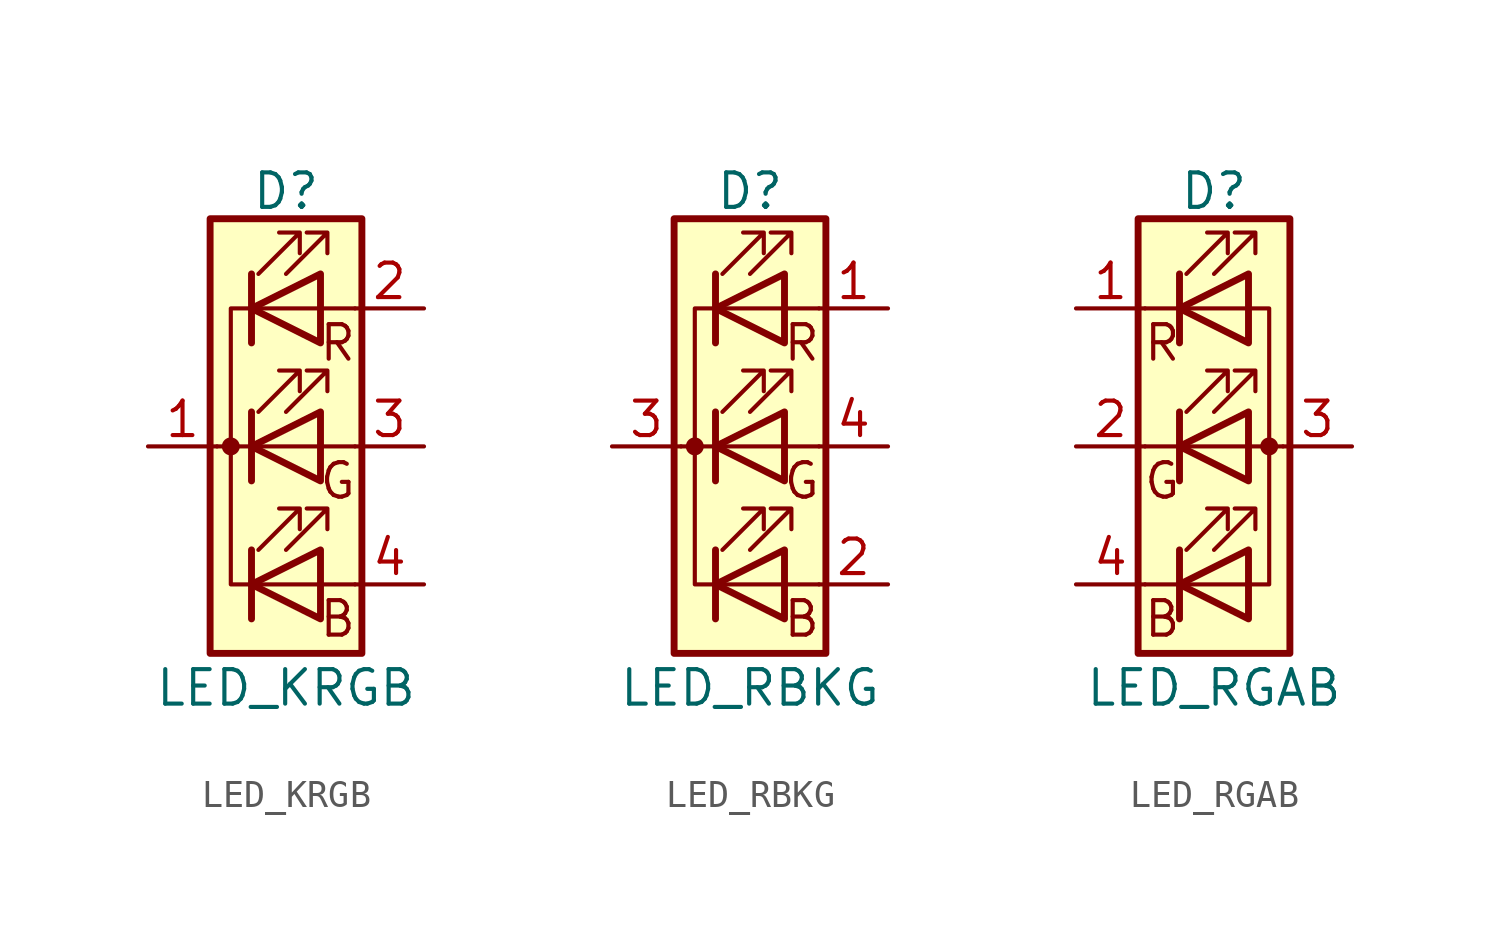
<source format=kicad_sym>
(kicad_symbol_lib
  (version 20220914)
  (generator kicad_symbol_editor)
  (symbol "LED_KRGB"
    (pin_names
      (offset 0) hide)
    (property "Reference" "D"
      (at 0 9.398 0)
      (effects (font (size 1.27 1.27))))
    (property "Value" "LED_KRGB"
      (at 0 -8.89 0)
      (effects (font (size 1.27 1.27))))
    (symbol "LED_KRGB_0_0"
      (text "B" (at 1.905 -6.35 0) (effects (font (size 1.27 1.27))))
      (text "G" (at 1.905 -1.27 0) (effects (font (size 1.27 1.27))))
      (text "R" (at 1.905 3.81 0) (effects (font (size 1.27 1.27)))))
    (symbol "LED_KRGB_0_1"
      (circle (center -2.032 0) (radius 0.254) (stroke (width 0) (type default)) (fill (type outline)))
      (polyline (pts (xy -1.27 -5.08) (xy 1.27 -5.08)) (stroke (width 0) (type default)) (fill (type none)))
      (polyline (pts (xy -1.27 -3.81) (xy -1.27 -6.35)) (stroke (width 0.254) (type default)) (fill (type none)))
      (polyline (pts (xy -1.27 0) (xy -2.54 0)) (stroke (width 0) (type default)) (fill (type none)))
      (polyline (pts (xy -1.27 1.27) (xy -1.27 -1.27)) (stroke (width 0.254) (type default)) (fill (type none)))
      (polyline (pts (xy -1.27 5.08) (xy 1.27 5.08)) (stroke (width 0) (type default)) (fill (type none)))
      (polyline (pts (xy -1.27 6.35) (xy -1.27 3.81)) (stroke (width 0.254) (type default)) (fill (type none)))
      (polyline (pts (xy 1.27 -5.08) (xy 2.54 -5.08)) (stroke (width 0) (type default)) (fill (type none)))
      (polyline (pts (xy 1.27 0) (xy -1.27 0)) (stroke (width 0) (type default)) (fill (type none)))
      (polyline (pts (xy 1.27 0) (xy 2.54 0)) (stroke (width 0) (type default)) (fill (type none)))
      (polyline (pts (xy 1.27 5.08) (xy 2.54 5.08)) (stroke (width 0) (type default)) (fill (type none)))
      (polyline (pts (xy -1.27 1.27) (xy -1.27 -1.27) (xy -1.27 -1.27)) (stroke (width 0) (type default)) (fill (type none)))
      (polyline (pts (xy -1.27 6.35) (xy -1.27 3.81) (xy -1.27 3.81)) (stroke (width 0) (type default)) (fill (type none)))
      (polyline (pts (xy -1.27 5.08) (xy -2.032 5.08) (xy -2.032 -5.08) (xy -1.016 -5.08)) (stroke (width 0) (type default)) (fill (type none)))
      (polyline (pts (xy 1.27 -3.81) (xy 1.27 -6.35) (xy -1.27 -5.08) (xy 1.27 -3.81)) (stroke (width 0.254) (type default)) (fill (type none)))
      (polyline (pts (xy 1.27 1.27) (xy 1.27 -1.27) (xy -1.27 0) (xy 1.27 1.27)) (stroke (width 0.254) (type default)) (fill (type none)))
      (polyline (pts (xy 1.27 6.35) (xy 1.27 3.81) (xy -1.27 5.08) (xy 1.27 6.35)) (stroke (width 0.254) (type default)) (fill (type none)))
      (polyline (pts (xy -1.016 -3.81) (xy 0.508 -2.286) (xy -0.254 -2.286) (xy 0.508 -2.286) (xy 0.508 -3.048)) (stroke (width 0) (type default)) (fill (type none)))
      (polyline (pts (xy -1.016 1.27) (xy 0.508 2.794) (xy -0.254 2.794) (xy 0.508 2.794) (xy 0.508 2.032)) (stroke (width 0) (type default)) (fill (type none)))
      (polyline (pts (xy -1.016 6.35) (xy 0.508 7.874) (xy -0.254 7.874) (xy 0.508 7.874) (xy 0.508 7.112)) (stroke (width 0) (type default)) (fill (type none)))
      (polyline (pts (xy 0 -3.81) (xy 1.524 -2.286) (xy 0.762 -2.286) (xy 1.524 -2.286) (xy 1.524 -3.048)) (stroke (width 0) (type default)) (fill (type none)))
      (polyline (pts (xy 0 1.27) (xy 1.524 2.794) (xy 0.762 2.794) (xy 1.524 2.794) (xy 1.524 2.032)) (stroke (width 0) (type default)) (fill (type none)))
      (polyline (pts (xy 0 6.35) (xy 1.524 7.874) (xy 0.762 7.874) (xy 1.524 7.874) (xy 1.524 7.112)) (stroke (width 0) (type default)) (fill (type none)))
      (rectangle (start 1.27 -1.27) (end 1.27 1.27) (stroke (width 0) (type default)) (fill (type none)))
      (rectangle (start 1.27 1.27) (end 1.27 1.27) (stroke (width 0) (type default)) (fill (type none)))
      (rectangle (start 1.27 3.81) (end 1.27 6.35) (stroke (width 0) (type default)) (fill (type none)))
      (rectangle (start 1.27 6.35) (end 1.27 6.35) (stroke (width 0) (type default)) (fill (type none)))
      (rectangle (start 2.794 8.382) (end -2.794 -7.62) (stroke (width 0.254) (type default)) (fill (type background))))
    (symbol "LED_KRGB_1_1"
      (pin passive line (at -5.08 0 0) (length 2.54) (name "K" (effects (font (size 1.27 1.27)))) (number "1" (effects (font (size 1.27 1.27)))))
      (pin passive line (at 5.08 5.08 180) (length 2.54) (name "RA" (effects (font (size 1.27 1.27)))) (number "2" (effects (font (size 1.27 1.27)))))
      (pin passive line (at 5.08 0 180) (length 2.54) (name "GA" (effects (font (size 1.27 1.27)))) (number "3" (effects (font (size 1.27 1.27)))))
      (pin passive line (at 5.08 -5.08 180) (length 2.54) (name "BA" (effects (font (size 1.27 1.27)))) (number "4" (effects (font (size 1.27 1.27)))))))
  (symbol "LED_RBKG"
    (pin_names
      (offset 0) hide)
    (property "Reference" "D"
      (at 0 9.398 0)
      (effects (font (size 1.27 1.27))))
    (property "Value" "LED_RBKG"
      (at 0 -8.89 0)
      (effects (font (size 1.27 1.27))))
    (symbol "LED_RBKG_0_0"
      (text "B" (at 1.905 -6.35 0) (effects (font (size 1.27 1.27))))
      (text "G" (at 1.905 -1.27 0) (effects (font (size 1.27 1.27))))
      (text "R" (at 1.905 3.81 0) (effects (font (size 1.27 1.27)))))
    (symbol "LED_RBKG_0_1"
      (circle (center -2.032 0) (radius 0.254) (stroke (width 0) (type default)) (fill (type outline)))
      (polyline (pts (xy -1.27 -5.08) (xy 1.27 -5.08)) (stroke (width 0) (type default)) (fill (type none)))
      (polyline (pts (xy -1.27 -3.81) (xy -1.27 -6.35)) (stroke (width 0.254) (type default)) (fill (type none)))
      (polyline (pts (xy -1.27 0) (xy -2.54 0)) (stroke (width 0) (type default)) (fill (type none)))
      (polyline (pts (xy -1.27 1.27) (xy -1.27 -1.27)) (stroke (width 0.254) (type default)) (fill (type none)))
      (polyline (pts (xy -1.27 5.08) (xy 1.27 5.08)) (stroke (width 0) (type default)) (fill (type none)))
      (polyline (pts (xy -1.27 6.35) (xy -1.27 3.81)) (stroke (width 0.254) (type default)) (fill (type none)))
      (polyline (pts (xy 1.27 -5.08) (xy 2.54 -5.08)) (stroke (width 0) (type default)) (fill (type none)))
      (polyline (pts (xy 1.27 0) (xy -1.27 0)) (stroke (width 0) (type default)) (fill (type none)))
      (polyline (pts (xy 1.27 0) (xy 2.54 0)) (stroke (width 0) (type default)) (fill (type none)))
      (polyline (pts (xy 1.27 5.08) (xy 2.54 5.08)) (stroke (width 0) (type default)) (fill (type none)))
      (polyline (pts (xy -1.27 1.27) (xy -1.27 -1.27) (xy -1.27 -1.27)) (stroke (width 0) (type default)) (fill (type none)))
      (polyline (pts (xy -1.27 6.35) (xy -1.27 3.81) (xy -1.27 3.81)) (stroke (width 0) (type default)) (fill (type none)))
      (polyline (pts (xy -1.27 5.08) (xy -2.032 5.08) (xy -2.032 -5.08) (xy -1.016 -5.08)) (stroke (width 0) (type default)) (fill (type none)))
      (polyline (pts (xy 1.27 -3.81) (xy 1.27 -6.35) (xy -1.27 -5.08) (xy 1.27 -3.81)) (stroke (width 0.254) (type default)) (fill (type none)))
      (polyline (pts (xy 1.27 1.27) (xy 1.27 -1.27) (xy -1.27 0) (xy 1.27 1.27)) (stroke (width 0.254) (type default)) (fill (type none)))
      (polyline (pts (xy 1.27 6.35) (xy 1.27 3.81) (xy -1.27 5.08) (xy 1.27 6.35)) (stroke (width 0.254) (type default)) (fill (type none)))
      (polyline (pts (xy -1.016 -3.81) (xy 0.508 -2.286) (xy -0.254 -2.286) (xy 0.508 -2.286) (xy 0.508 -3.048)) (stroke (width 0) (type default)) (fill (type none)))
      (polyline (pts (xy -1.016 1.27) (xy 0.508 2.794) (xy -0.254 2.794) (xy 0.508 2.794) (xy 0.508 2.032)) (stroke (width 0) (type default)) (fill (type none)))
      (polyline (pts (xy -1.016 6.35) (xy 0.508 7.874) (xy -0.254 7.874) (xy 0.508 7.874) (xy 0.508 7.112)) (stroke (width 0) (type default)) (fill (type none)))
      (polyline (pts (xy 0 -3.81) (xy 1.524 -2.286) (xy 0.762 -2.286) (xy 1.524 -2.286) (xy 1.524 -3.048)) (stroke (width 0) (type default)) (fill (type none)))
      (polyline (pts (xy 0 1.27) (xy 1.524 2.794) (xy 0.762 2.794) (xy 1.524 2.794) (xy 1.524 2.032)) (stroke (width 0) (type default)) (fill (type none)))
      (polyline (pts (xy 0 6.35) (xy 1.524 7.874) (xy 0.762 7.874) (xy 1.524 7.874) (xy 1.524 7.112)) (stroke (width 0) (type default)) (fill (type none)))
      (rectangle (start 1.27 -1.27) (end 1.27 1.27) (stroke (width 0) (type default)) (fill (type none)))
      (rectangle (start 1.27 1.27) (end 1.27 1.27) (stroke (width 0) (type default)) (fill (type none)))
      (rectangle (start 1.27 3.81) (end 1.27 6.35) (stroke (width 0) (type default)) (fill (type none)))
      (rectangle (start 1.27 6.35) (end 1.27 6.35) (stroke (width 0) (type default)) (fill (type none)))
      (rectangle (start 2.794 8.382) (end -2.794 -7.62) (stroke (width 0.254) (type default)) (fill (type background))))
    (symbol "LED_RBKG_1_1"
      (pin passive line (at 5.08 5.08 180) (length 2.54) (name "RA" (effects (font (size 1.27 1.27)))) (number "1" (effects (font (size 1.27 1.27)))))
      (pin passive line (at 5.08 -5.08 180) (length 2.54) (name "BA" (effects (font (size 1.27 1.27)))) (number "2" (effects (font (size 1.27 1.27)))))
      (pin passive line (at -5.08 0 0) (length 2.54) (name "K" (effects (font (size 1.27 1.27)))) (number "3" (effects (font (size 1.27 1.27)))))
      (pin passive line (at 5.08 0 180) (length 2.54) (name "GA" (effects (font (size 1.27 1.27)))) (number "4" (effects (font (size 1.27 1.27)))))))
  (symbol "LED_RGAB"
    (pin_names
      (offset 0) hide)
    (property "Reference" "D"
      (at 0 9.398 0)
      (effects (font (size 1.27 1.27))))
    (property "Value" "LED_RGAB"
      (at 0 -8.89 0)
      (effects (font (size 1.27 1.27))))
    (symbol "LED_RGAB_0_0"
      (text "B" (at -1.905 -6.35 0) (effects (font (size 1.27 1.27))))
      (text "G" (at -1.905 -1.27 0) (effects (font (size 1.27 1.27))))
      (text "R" (at -1.905 3.81 0) (effects (font (size 1.27 1.27)))))
    (symbol "LED_RGAB_0_1"
      (polyline (pts (xy -1.27 -5.08) (xy -2.54 -5.08)) (stroke (width 0) (type default)) (fill (type none)))
      (polyline (pts (xy -1.27 -5.08) (xy 1.27 -5.08)) (stroke (width 0) (type default)) (fill (type none)))
      (polyline (pts (xy -1.27 -3.81) (xy -1.27 -6.35)) (stroke (width 0.254) (type default)) (fill (type none)))
      (polyline (pts (xy -1.27 0) (xy -2.54 0)) (stroke (width 0) (type default)) (fill (type none)))
      (polyline (pts (xy -1.27 1.27) (xy -1.27 -1.27)) (stroke (width 0.254) (type default)) (fill (type none)))
      (polyline (pts (xy -1.27 5.08) (xy -2.54 5.08)) (stroke (width 0) (type default)) (fill (type none)))
      (polyline (pts (xy -1.27 5.08) (xy 1.27 5.08)) (stroke (width 0) (type default)) (fill (type none)))
      (polyline (pts (xy -1.27 6.35) (xy -1.27 3.81)) (stroke (width 0.254) (type default)) (fill (type none)))
      (polyline (pts (xy 1.27 0) (xy -1.27 0)) (stroke (width 0) (type default)) (fill (type none)))
      (polyline (pts (xy 1.27 0) (xy 2.54 0)) (stroke (width 0) (type default)) (fill (type none)))
      (polyline (pts (xy -1.27 1.27) (xy -1.27 -1.27) (xy -1.27 -1.27)) (stroke (width 0) (type default)) (fill (type none)))
      (polyline (pts (xy -1.27 6.35) (xy -1.27 3.81) (xy -1.27 3.81)) (stroke (width 0) (type default)) (fill (type none)))
      (polyline (pts (xy 1.27 -5.08) (xy 2.032 -5.08) (xy 2.032 5.08) (xy 1.27 5.08)) (stroke (width 0) (type default)) (fill (type none)))
      (polyline (pts (xy 1.27 -3.81) (xy 1.27 -6.35) (xy -1.27 -5.08) (xy 1.27 -3.81)) (stroke (width 0.254) (type default)) (fill (type none)))
      (polyline (pts (xy 1.27 1.27) (xy 1.27 -1.27) (xy -1.27 0) (xy 1.27 1.27)) (stroke (width 0.254) (type default)) (fill (type none)))
      (polyline (pts (xy 1.27 6.35) (xy 1.27 3.81) (xy -1.27 5.08) (xy 1.27 6.35)) (stroke (width 0.254) (type default)) (fill (type none)))
      (polyline (pts (xy -1.016 -3.81) (xy 0.508 -2.286) (xy -0.254 -2.286) (xy 0.508 -2.286) (xy 0.508 -3.048)) (stroke (width 0) (type default)) (fill (type none)))
      (polyline (pts (xy -1.016 1.27) (xy 0.508 2.794) (xy -0.254 2.794) (xy 0.508 2.794) (xy 0.508 2.032)) (stroke (width 0) (type default)) (fill (type none)))
      (polyline (pts (xy -1.016 6.35) (xy 0.508 7.874) (xy -0.254 7.874) (xy 0.508 7.874) (xy 0.508 7.112)) (stroke (width 0) (type default)) (fill (type none)))
      (polyline (pts (xy 0 -3.81) (xy 1.524 -2.286) (xy 0.762 -2.286) (xy 1.524 -2.286) (xy 1.524 -3.048)) (stroke (width 0) (type default)) (fill (type none)))
      (polyline (pts (xy 0 1.27) (xy 1.524 2.794) (xy 0.762 2.794) (xy 1.524 2.794) (xy 1.524 2.032)) (stroke (width 0) (type default)) (fill (type none)))
      (polyline (pts (xy 0 6.35) (xy 1.524 7.874) (xy 0.762 7.874) (xy 1.524 7.874) (xy 1.524 7.112)) (stroke (width 0) (type default)) (fill (type none)))
      (rectangle (start 1.27 -1.27) (end 1.27 1.27) (stroke (width 0) (type default)) (fill (type none)))
      (rectangle (start 1.27 1.27) (end 1.27 1.27) (stroke (width 0) (type default)) (fill (type none)))
      (rectangle (start 1.27 3.81) (end 1.27 6.35) (stroke (width 0) (type default)) (fill (type none)))
      (rectangle (start 1.27 6.35) (end 1.27 6.35) (stroke (width 0) (type default)) (fill (type none)))
      (circle (center 2.032 0) (radius 0.254) (stroke (width 0) (type default)) (fill (type outline)))
      (rectangle (start 2.794 8.382) (end -2.794 -7.62) (stroke (width 0.254) (type default)) (fill (type background))))
    (symbol "LED_RGAB_1_1"
      (pin passive line (at -5.08 5.08 0) (length 2.54) (name "RK" (effects (font (size 1.27 1.27)))) (number "1" (effects (font (size 1.27 1.27)))))
      (pin passive line (at -5.08 0 0) (length 2.54) (name "GK" (effects (font (size 1.27 1.27)))) (number "2" (effects (font (size 1.27 1.27)))))
      (pin passive line (at 5.08 0 180) (length 2.54) (name "A" (effects (font (size 1.27 1.27)))) (number "3" (effects (font (size 1.27 1.27)))))
      (pin passive line (at -5.08 -5.08 0) (length 2.54) (name "BK" (effects (font (size 1.27 1.27)))) (number "4" (effects (font (size 1.27 1.27))))))))
</source>
